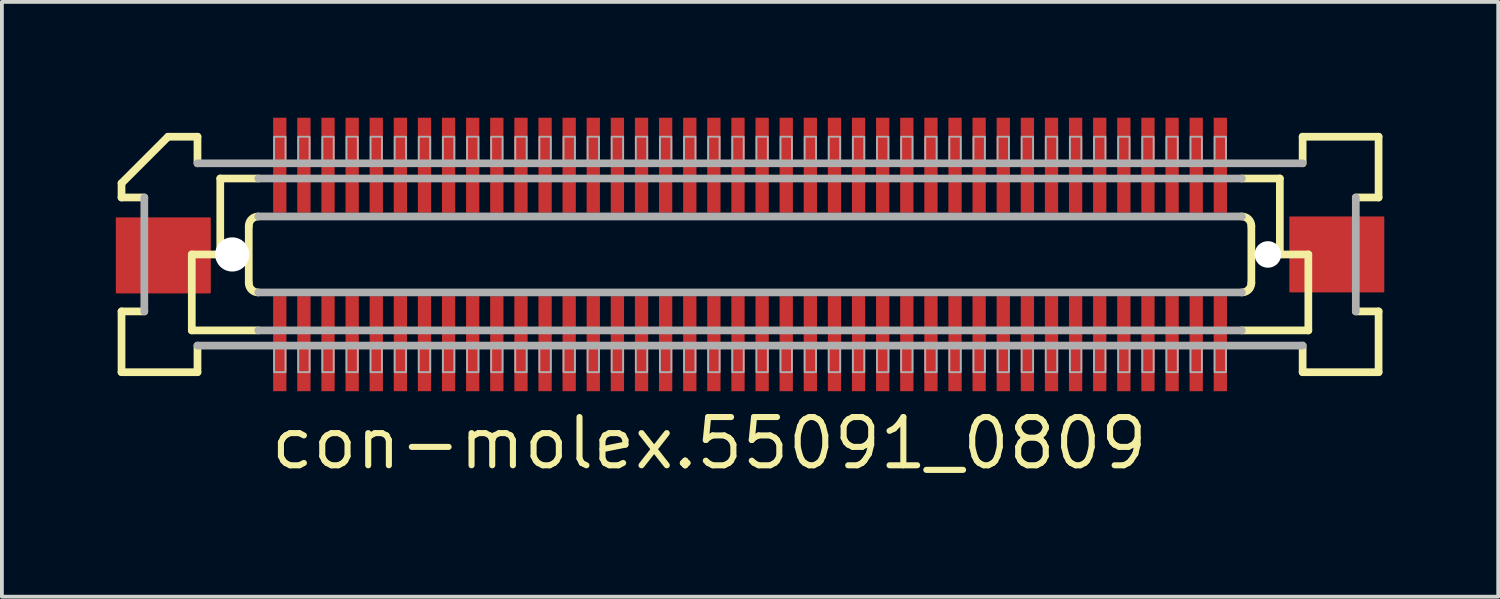
<source format=kicad_pcb>
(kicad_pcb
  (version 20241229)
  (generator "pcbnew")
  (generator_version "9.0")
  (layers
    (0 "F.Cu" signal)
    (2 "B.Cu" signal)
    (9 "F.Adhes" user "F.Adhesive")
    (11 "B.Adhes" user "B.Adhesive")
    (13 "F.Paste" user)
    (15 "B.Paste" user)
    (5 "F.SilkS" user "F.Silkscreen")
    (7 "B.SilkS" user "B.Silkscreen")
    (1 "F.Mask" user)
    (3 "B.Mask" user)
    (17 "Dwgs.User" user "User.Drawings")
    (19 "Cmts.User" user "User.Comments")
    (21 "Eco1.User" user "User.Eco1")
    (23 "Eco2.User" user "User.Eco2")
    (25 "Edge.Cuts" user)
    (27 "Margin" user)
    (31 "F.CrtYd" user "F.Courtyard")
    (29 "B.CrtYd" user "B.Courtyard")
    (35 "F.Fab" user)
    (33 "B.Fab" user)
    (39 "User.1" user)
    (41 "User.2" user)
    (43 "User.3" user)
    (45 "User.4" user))
  (footprint "con-molex.55091_0809"
    (layer "F.Cu")
    (at 16.7 3.65)
    (property "Reference" "con-molex.55091_0809" (at -12.7 5.715 0) (layer "F.SilkS") (effects (font (size 1.27 1.27) (thickness 0.16)) (justify left bottom)))
    (attr smd)
    (fp_rect (start -12.582 -1.075) (end -12.182 -3.625) (stroke (width 0.05) (type default)) (fill yes) (layer "F.Mask"))
    (fp_rect (start -12.582 3.625) (end -12.182 1.075) (stroke (width 0.05) (type default)) (fill yes) (layer "F.Mask"))
    (fp_rect (start -11.947 -1.075) (end -11.547 -3.625) (stroke (width 0.05) (type default)) (fill yes) (layer "F.Mask"))
    (fp_rect (start -11.947 3.625) (end -11.547 1.075) (stroke (width 0.05) (type default)) (fill yes) (layer "F.Mask"))
    (fp_rect (start -11.312 -1.075) (end -10.912 -3.625) (stroke (width 0.05) (type default)) (fill yes) (layer "F.Mask"))
    (fp_rect (start -11.312 3.625) (end -10.912 1.075) (stroke (width 0.05) (type default)) (fill yes) (layer "F.Mask"))
    (fp_rect (start -10.678 -1.075) (end -10.277 -3.625) (stroke (width 0.05) (type default)) (fill yes) (layer "F.Mask"))
    (fp_rect (start -10.678 3.625) (end -10.277 1.075) (stroke (width 0.05) (type default)) (fill yes) (layer "F.Mask"))
    (fp_rect (start -10.043 -1.075) (end -9.643 -3.625) (stroke (width 0.05) (type default)) (fill yes) (layer "F.Mask"))
    (fp_rect (start -10.043 3.625) (end -9.643 1.075) (stroke (width 0.05) (type default)) (fill yes) (layer "F.Mask"))
    (fp_rect (start -9.408 -1.075) (end -9.008 -3.625) (stroke (width 0.05) (type default)) (fill yes) (layer "F.Mask"))
    (fp_rect (start -9.408 3.625) (end -9.008 1.075) (stroke (width 0.05) (type default)) (fill yes) (layer "F.Mask"))
    (fp_rect (start -8.773 -1.075) (end -8.373 -3.625) (stroke (width 0.05) (type default)) (fill yes) (layer "F.Mask"))
    (fp_rect (start -8.773 3.625) (end -8.373 1.075) (stroke (width 0.05) (type default)) (fill yes) (layer "F.Mask"))
    (fp_rect (start -8.137 -1.075) (end -7.737 -3.625) (stroke (width 0.05) (type default)) (fill yes) (layer "F.Mask"))
    (fp_rect (start -8.137 3.625) (end -7.737 1.075) (stroke (width 0.05) (type default)) (fill yes) (layer "F.Mask"))
    (fp_rect (start -7.503 -1.075) (end -7.103 -3.625) (stroke (width 0.05) (type default)) (fill yes) (layer "F.Mask"))
    (fp_rect (start -7.503 3.625) (end -7.103 1.075) (stroke (width 0.05) (type default)) (fill yes) (layer "F.Mask"))
    (fp_rect (start -6.867 -1.075) (end -6.468 -3.625) (stroke (width 0.05) (type default)) (fill yes) (layer "F.Mask"))
    (fp_rect (start -6.867 3.625) (end -6.468 1.075) (stroke (width 0.05) (type default)) (fill yes) (layer "F.Mask"))
    (fp_rect (start -6.232 -1.075) (end -5.832 -3.625) (stroke (width 0.05) (type default)) (fill yes) (layer "F.Mask"))
    (fp_rect (start -6.232 3.625) (end -5.832 1.075) (stroke (width 0.05) (type default)) (fill yes) (layer "F.Mask"))
    (fp_rect (start -5.598 -1.075) (end -5.197 -3.625) (stroke (width 0.05) (type default)) (fill yes) (layer "F.Mask"))
    (fp_rect (start -5.598 3.625) (end -5.197 1.075) (stroke (width 0.05) (type default)) (fill yes) (layer "F.Mask"))
    (fp_rect (start -4.963 -1.075) (end -4.562 -3.625) (stroke (width 0.05) (type default)) (fill yes) (layer "F.Mask"))
    (fp_rect (start -4.963 3.625) (end -4.562 1.075) (stroke (width 0.05) (type default)) (fill yes) (layer "F.Mask"))
    (fp_rect (start -4.327 -1.075) (end -3.928 -3.625) (stroke (width 0.05) (type default)) (fill yes) (layer "F.Mask"))
    (fp_rect (start -4.327 3.625) (end -3.928 1.075) (stroke (width 0.05) (type default)) (fill yes) (layer "F.Mask"))
    (fp_rect (start -3.692 -1.075) (end -3.292 -3.625) (stroke (width 0.05) (type default)) (fill yes) (layer "F.Mask"))
    (fp_rect (start -3.692 3.625) (end -3.292 1.075) (stroke (width 0.05) (type default)) (fill yes) (layer "F.Mask"))
    (fp_rect (start -3.058 -1.075) (end -2.658 -3.625) (stroke (width 0.05) (type default)) (fill yes) (layer "F.Mask"))
    (fp_rect (start -3.058 3.625) (end -2.658 1.075) (stroke (width 0.05) (type default)) (fill yes) (layer "F.Mask"))
    (fp_rect (start -2.422 -1.075) (end -2.022 -3.625) (stroke (width 0.05) (type default)) (fill yes) (layer "F.Mask"))
    (fp_rect (start -2.422 3.625) (end -2.022 1.075) (stroke (width 0.05) (type default)) (fill yes) (layer "F.Mask"))
    (fp_rect (start -1.788 -1.075) (end -1.387 -3.625) (stroke (width 0.05) (type default)) (fill yes) (layer "F.Mask"))
    (fp_rect (start -1.788 3.625) (end -1.387 1.075) (stroke (width 0.05) (type default)) (fill yes) (layer "F.Mask"))
    (fp_rect (start -1.153 -1.075) (end -0.752 -3.625) (stroke (width 0.05) (type default)) (fill yes) (layer "F.Mask"))
    (fp_rect (start -1.153 3.625) (end -0.752 1.075) (stroke (width 0.05) (type default)) (fill yes) (layer "F.Mask"))
    (fp_rect (start -0.517 -1.075) (end -0.117 -3.625) (stroke (width 0.05) (type default)) (fill yes) (layer "F.Mask"))
    (fp_rect (start -0.517 3.625) (end -0.117 1.075) (stroke (width 0.05) (type default)) (fill yes) (layer "F.Mask"))
    (fp_rect (start 0.117 -1.075) (end 0.517 -3.625) (stroke (width 0.05) (type default)) (fill yes) (layer "F.Mask"))
    (fp_rect (start 0.117 3.625) (end 0.517 1.075) (stroke (width 0.05) (type default)) (fill yes) (layer "F.Mask"))
    (fp_rect (start 0.752 -1.075) (end 1.153 -3.625) (stroke (width 0.05) (type default)) (fill yes) (layer "F.Mask"))
    (fp_rect (start 0.752 3.625) (end 1.153 1.075) (stroke (width 0.05) (type default)) (fill yes) (layer "F.Mask"))
    (fp_rect (start 1.387 -1.075) (end 1.788 -3.625) (stroke (width 0.05) (type default)) (fill yes) (layer "F.Mask"))
    (fp_rect (start 1.387 3.625) (end 1.788 1.075) (stroke (width 0.05) (type default)) (fill yes) (layer "F.Mask"))
    (fp_rect (start 2.022 -1.075) (end 2.422 -3.625) (stroke (width 0.05) (type default)) (fill yes) (layer "F.Mask"))
    (fp_rect (start 2.022 3.625) (end 2.422 1.075) (stroke (width 0.05) (type default)) (fill yes) (layer "F.Mask"))
    (fp_rect (start 2.658 -1.075) (end 3.058 -3.625) (stroke (width 0.05) (type default)) (fill yes) (layer "F.Mask"))
    (fp_rect (start 2.658 3.625) (end 3.058 1.075) (stroke (width 0.05) (type default)) (fill yes) (layer "F.Mask"))
    (fp_rect (start 3.292 -1.075) (end 3.692 -3.625) (stroke (width 0.05) (type default)) (fill yes) (layer "F.Mask"))
    (fp_rect (start 3.292 3.625) (end 3.692 1.075) (stroke (width 0.05) (type default)) (fill yes) (layer "F.Mask"))
    (fp_rect (start 3.928 -1.075) (end 4.327 -3.625) (stroke (width 0.05) (type default)) (fill yes) (layer "F.Mask"))
    (fp_rect (start 3.928 3.625) (end 4.327 1.075) (stroke (width 0.05) (type default)) (fill yes) (layer "F.Mask"))
    (fp_rect (start 4.562 -1.075) (end 4.963 -3.625) (stroke (width 0.05) (type default)) (fill yes) (layer "F.Mask"))
    (fp_rect (start 4.562 3.625) (end 4.963 1.075) (stroke (width 0.05) (type default)) (fill yes) (layer "F.Mask"))
    (fp_rect (start 5.197 -1.075) (end 5.598 -3.625) (stroke (width 0.05) (type default)) (fill yes) (layer "F.Mask"))
    (fp_rect (start 5.197 3.625) (end 5.598 1.075) (stroke (width 0.05) (type default)) (fill yes) (layer "F.Mask"))
    (fp_rect (start 5.832 -1.075) (end 6.232 -3.625) (stroke (width 0.05) (type default)) (fill yes) (layer "F.Mask"))
    (fp_rect (start 5.832 3.625) (end 6.232 1.075) (stroke (width 0.05) (type default)) (fill yes) (layer "F.Mask"))
    (fp_rect (start 6.468 -1.075) (end 6.867 -3.625) (stroke (width 0.05) (type default)) (fill yes) (layer "F.Mask"))
    (fp_rect (start 6.468 3.625) (end 6.867 1.075) (stroke (width 0.05) (type default)) (fill yes) (layer "F.Mask"))
    (fp_rect (start 7.103 -1.075) (end 7.503 -3.625) (stroke (width 0.05) (type default)) (fill yes) (layer "F.Mask"))
    (fp_rect (start 7.103 3.625) (end 7.503 1.075) (stroke (width 0.05) (type default)) (fill yes) (layer "F.Mask"))
    (fp_rect (start 7.737 -1.075) (end 8.137 -3.625) (stroke (width 0.05) (type default)) (fill yes) (layer "F.Mask"))
    (fp_rect (start 7.737 3.625) (end 8.137 1.075) (stroke (width 0.05) (type default)) (fill yes) (layer "F.Mask"))
    (fp_rect (start 8.373 -1.075) (end 8.773 -3.625) (stroke (width 0.05) (type default)) (fill yes) (layer "F.Mask"))
    (fp_rect (start 8.373 3.625) (end 8.773 1.075) (stroke (width 0.05) (type default)) (fill yes) (layer "F.Mask"))
    (fp_rect (start 9.008 -1.075) (end 9.408 -3.625) (stroke (width 0.05) (type default)) (fill yes) (layer "F.Mask"))
    (fp_rect (start 9.008 3.625) (end 9.408 1.075) (stroke (width 0.05) (type default)) (fill yes) (layer "F.Mask"))
    (fp_rect (start 9.643 -1.075) (end 10.043 -3.625) (stroke (width 0.05) (type default)) (fill yes) (layer "F.Mask"))
    (fp_rect (start 9.643 3.625) (end 10.043 1.075) (stroke (width 0.05) (type default)) (fill yes) (layer "F.Mask"))
    (fp_rect (start 10.277 -1.075) (end 10.678 -3.625) (stroke (width 0.05) (type default)) (fill yes) (layer "F.Mask"))
    (fp_rect (start 10.277 3.625) (end 10.678 1.075) (stroke (width 0.05) (type default)) (fill yes) (layer "F.Mask"))
    (fp_rect (start 10.912 -1.075) (end 11.312 -3.625) (stroke (width 0.05) (type default)) (fill yes) (layer "F.Mask"))
    (fp_rect (start 10.912 3.625) (end 11.312 1.075) (stroke (width 0.05) (type default)) (fill yes) (layer "F.Mask"))
    (fp_rect (start 11.547 -1.075) (end 11.947 -3.625) (stroke (width 0.05) (type default)) (fill yes) (layer "F.Mask"))
    (fp_rect (start 11.547 3.625) (end 11.947 1.075) (stroke (width 0.05) (type default)) (fill yes) (layer "F.Mask"))
    (fp_rect (start 12.182 -1.075) (end 12.582 -3.625) (stroke (width 0.05) (type default)) (fill yes) (layer "F.Mask"))
    (fp_rect (start 12.182 3.625) (end 12.582 1.075) (stroke (width 0.05) (type default)) (fill yes) (layer "F.Mask"))
    (fp_line (start -16.55 -1.5) (end -16.55 -1.875) (stroke (width 0.203) (type default)) (layer "F.SilkS"))
    (fp_line (start -16.55 1.5) (end -15.95 1.5) (stroke (width 0.203) (type default)) (layer "F.SilkS"))
    (fp_line (start -16.55 3.1) (end -16.55 1.5) (stroke (width 0.203) (type default)) (layer "F.SilkS"))
    (fp_line (start -15.95 -1.5) (end -16.55 -1.5) (stroke (width 0.203) (type default)) (layer "F.SilkS"))
    (fp_line (start -15.325 -3.1) (end -16.55 -1.875) (stroke (width 0.203) (type default)) (layer "F.SilkS"))
    (fp_line (start -15.325 -3.1) (end -14.55 -3.1) (stroke (width 0.203) (type default)) (layer "F.SilkS"))
    (fp_line (start -14.7 0) (end -14.7 2) (stroke (width 0.203) (type default)) (layer "F.SilkS"))
    (fp_line (start -14.7 2) (end -12.95 2) (stroke (width 0.203) (type default)) (layer "F.SilkS"))
    (fp_line (start -14.55 -3.1) (end -14.55 -2.4) (stroke (width 0.203) (type default)) (layer "F.SilkS"))
    (fp_line (start -14.55 2.4) (end -14.55 3.1) (stroke (width 0.203) (type default)) (layer "F.SilkS"))
    (fp_line (start -14.55 3.1) (end -16.55 3.1) (stroke (width 0.203) (type default)) (layer "F.SilkS"))
    (fp_line (start -13.95 -2) (end -13.95 0) (stroke (width 0.203) (type default)) (layer "F.SilkS"))
    (fp_line (start -13.95 0) (end -14.7 0) (stroke (width 0.203) (type default)) (layer "F.SilkS"))
    (fp_line (start -13.2 0.75) (end -13.2 -0.75) (stroke (width 0.203) (type default)) (layer "F.SilkS"))
    (fp_line (start -12.95 -2) (end -13.95 -2) (stroke (width 0.203) (type default)) (layer "F.SilkS"))
    (fp_line (start 12.95 2) (end 14.7 2) (stroke (width 0.203) (type default)) (layer "F.SilkS"))
    (fp_line (start 13.2 -0.75) (end 13.2 0.75) (stroke (width 0.203) (type default)) (layer "F.SilkS"))
    (fp_line (start 13.95 -2) (end 12.95 -2) (stroke (width 0.203) (type default)) (layer "F.SilkS"))
    (fp_line (start 13.95 -2) (end 13.95 0) (stroke (width 0.203) (type default)) (layer "F.SilkS"))
    (fp_line (start 14.55 -3.1) (end 16.55 -3.1) (stroke (width 0.203) (type default)) (layer "F.SilkS"))
    (fp_line (start 14.55 -2.4) (end 14.55 -3.1) (stroke (width 0.203) (type default)) (layer "F.SilkS"))
    (fp_line (start 14.55 3.1) (end 14.55 2.4) (stroke (width 0.203) (type default)) (layer "F.SilkS"))
    (fp_line (start 14.7 0) (end 13.95 0) (stroke (width 0.203) (type default)) (layer "F.SilkS"))
    (fp_line (start 14.7 0) (end 14.7 2) (stroke (width 0.203) (type default)) (layer "F.SilkS"))
    (fp_line (start 15.95 1.5) (end 16.55 1.5) (stroke (width 0.203) (type default)) (layer "F.SilkS"))
    (fp_line (start 16.55 -3.1) (end 16.55 -1.5) (stroke (width 0.203) (type default)) (layer "F.SilkS"))
    (fp_line (start 16.55 -1.5) (end 15.95 -1.5) (stroke (width 0.203) (type default)) (layer "F.SilkS"))
    (fp_line (start 16.55 1.5) (end 16.55 3.1) (stroke (width 0.203) (type default)) (layer "F.SilkS"))
    (fp_line (start 16.55 3.1) (end 14.55 3.1) (stroke (width 0.203) (type default)) (layer "F.SilkS"))
    (fp_arc (start -13.2 -0.75) (mid -13.126777 -0.926777) (end -12.95 -1) (stroke (width 0.2032) (type default)) (layer "F.SilkS"))
    (fp_arc (start -12.95 1) (mid -13.126777 0.926777) (end -13.2 0.75) (stroke (width 0.2032) (type default)) (layer "F.SilkS"))
    (fp_arc (start 12.95 -1) (mid 13.126777 -0.926777) (end 13.2 -0.75) (stroke (width 0.2032) (type default)) (layer "F.SilkS"))
    (fp_arc (start 13.2 0.75) (mid 13.126777 0.926777) (end 12.95 1) (stroke (width 0.2032) (type default)) (layer "F.SilkS"))
    (fp_line (start -15.95 1.5) (end -15.95 -1.5) (stroke (width 0.203) (type default)) (layer "F.Fab"))
    (fp_line (start -14.55 -2.4) (end 14.55 -2.4) (stroke (width 0.203) (type default)) (layer "F.Fab"))
    (fp_line (start -12.95 -1) (end 12.95 -1) (stroke (width 0.203) (type default)) (layer "F.Fab"))
    (fp_line (start -12.95 2) (end 12.95 2) (stroke (width 0.203) (type default)) (layer "F.Fab"))
    (fp_line (start 12.95 -2) (end -12.95 -2) (stroke (width 0.203) (type default)) (layer "F.Fab"))
    (fp_line (start 12.95 1) (end -12.95 1) (stroke (width 0.203) (type default)) (layer "F.Fab"))
    (fp_line (start 14.55 2.4) (end -14.55 2.4) (stroke (width 0.203) (type default)) (layer "F.Fab"))
    (fp_line (start 15.95 -1.5) (end 15.95 1.5) (stroke (width 0.203) (type default)) (layer "F.Fab"))
    (fp_rect (start -12.533 -2.375) (end -12.232 -3.1) (stroke (width 0.05) (type default)) (fill no) (layer "F.Fab"))
    (fp_rect (start -12.533 3.1) (end -12.232 2.375) (stroke (width 0.05) (type default)) (fill no) (layer "F.Fab"))
    (fp_rect (start -11.898 -2.375) (end -11.598 -3.1) (stroke (width 0.05) (type default)) (fill no) (layer "F.Fab"))
    (fp_rect (start -11.898 3.1) (end -11.598 2.375) (stroke (width 0.05) (type default)) (fill no) (layer "F.Fab"))
    (fp_rect (start -11.262 -2.375) (end -10.963 -3.1) (stroke (width 0.05) (type default)) (fill no) (layer "F.Fab"))
    (fp_rect (start -11.262 3.1) (end -10.963 2.375) (stroke (width 0.05) (type default)) (fill no) (layer "F.Fab"))
    (fp_rect (start -10.627 -2.375) (end -10.328 -3.1) (stroke (width 0.05) (type default)) (fill no) (layer "F.Fab"))
    (fp_rect (start -10.627 3.1) (end -10.328 2.375) (stroke (width 0.05) (type default)) (fill no) (layer "F.Fab"))
    (fp_rect (start -9.992 -2.375) (end -9.693 -3.1) (stroke (width 0.05) (type default)) (fill no) (layer "F.Fab"))
    (fp_rect (start -9.992 3.1) (end -9.693 2.375) (stroke (width 0.05) (type default)) (fill no) (layer "F.Fab"))
    (fp_rect (start -9.357 -2.375) (end -9.057 -3.1) (stroke (width 0.05) (type default)) (fill no) (layer "F.Fab"))
    (fp_rect (start -9.357 3.1) (end -9.057 2.375) (stroke (width 0.05) (type default)) (fill no) (layer "F.Fab"))
    (fp_rect (start -8.723 -2.375) (end -8.422 -3.1) (stroke (width 0.05) (type default)) (fill no) (layer "F.Fab"))
    (fp_rect (start -8.723 3.1) (end -8.422 2.375) (stroke (width 0.05) (type default)) (fill no) (layer "F.Fab"))
    (fp_rect (start -8.088 -2.375) (end -7.787 -3.1) (stroke (width 0.05) (type default)) (fill no) (layer "F.Fab"))
    (fp_rect (start -8.088 3.1) (end -7.787 2.375) (stroke (width 0.05) (type default)) (fill no) (layer "F.Fab"))
    (fp_rect (start -7.452 -2.375) (end -7.152 -3.1) (stroke (width 0.05) (type default)) (fill no) (layer "F.Fab"))
    (fp_rect (start -7.452 3.1) (end -7.152 2.375) (stroke (width 0.05) (type default)) (fill no) (layer "F.Fab"))
    (fp_rect (start -6.817 -2.375) (end -6.518 -3.1) (stroke (width 0.05) (type default)) (fill no) (layer "F.Fab"))
    (fp_rect (start -6.817 3.1) (end -6.518 2.375) (stroke (width 0.05) (type default)) (fill no) (layer "F.Fab"))
    (fp_rect (start -6.183 -2.375) (end -5.883 -3.1) (stroke (width 0.05) (type default)) (fill no) (layer "F.Fab"))
    (fp_rect (start -6.183 3.1) (end -5.883 2.375) (stroke (width 0.05) (type default)) (fill no) (layer "F.Fab"))
    (fp_rect (start -5.548 -2.375) (end -5.247 -3.1) (stroke (width 0.05) (type default)) (fill no) (layer "F.Fab"))
    (fp_rect (start -5.548 3.1) (end -5.247 2.375) (stroke (width 0.05) (type default)) (fill no) (layer "F.Fab"))
    (fp_rect (start -4.912 -2.375) (end -4.612 -3.1) (stroke (width 0.05) (type default)) (fill no) (layer "F.Fab"))
    (fp_rect (start -4.912 3.1) (end -4.612 2.375) (stroke (width 0.05) (type default)) (fill no) (layer "F.Fab"))
    (fp_rect (start -4.277 -2.375) (end -3.978 -3.1) (stroke (width 0.05) (type default)) (fill no) (layer "F.Fab"))
    (fp_rect (start -4.277 3.1) (end -3.978 2.375) (stroke (width 0.05) (type default)) (fill no) (layer "F.Fab"))
    (fp_rect (start -3.643 -2.375) (end -3.342 -3.1) (stroke (width 0.05) (type default)) (fill no) (layer "F.Fab"))
    (fp_rect (start -3.643 3.1) (end -3.342 2.375) (stroke (width 0.05) (type default)) (fill no) (layer "F.Fab"))
    (fp_rect (start -3.007 -2.375) (end -2.708 -3.1) (stroke (width 0.05) (type default)) (fill no) (layer "F.Fab"))
    (fp_rect (start -3.007 3.1) (end -2.708 2.375) (stroke (width 0.05) (type default)) (fill no) (layer "F.Fab"))
    (fp_rect (start -2.373 -2.375) (end -2.072 -3.1) (stroke (width 0.05) (type default)) (fill no) (layer "F.Fab"))
    (fp_rect (start -2.373 3.1) (end -2.072 2.375) (stroke (width 0.05) (type default)) (fill no) (layer "F.Fab"))
    (fp_rect (start -1.738 -2.375) (end -1.438 -3.1) (stroke (width 0.05) (type default)) (fill no) (layer "F.Fab"))
    (fp_rect (start -1.738 3.1) (end -1.438 2.375) (stroke (width 0.05) (type default)) (fill no) (layer "F.Fab"))
    (fp_rect (start -1.103 -2.375) (end -0.802 -3.1) (stroke (width 0.05) (type default)) (fill no) (layer "F.Fab"))
    (fp_rect (start -1.103 3.1) (end -0.802 2.375) (stroke (width 0.05) (type default)) (fill no) (layer "F.Fab"))
    (fp_rect (start -0.468 -2.375) (end -0.168 -3.1) (stroke (width 0.05) (type default)) (fill no) (layer "F.Fab"))
    (fp_rect (start -0.468 3.1) (end -0.168 2.375) (stroke (width 0.05) (type default)) (fill no) (layer "F.Fab"))
    (fp_rect (start 0.168 -2.375) (end 0.468 -3.1) (stroke (width 0.05) (type default)) (fill no) (layer "F.Fab"))
    (fp_rect (start 0.168 3.1) (end 0.468 2.375) (stroke (width 0.05) (type default)) (fill no) (layer "F.Fab"))
    (fp_rect (start 0.802 -2.375) (end 1.103 -3.1) (stroke (width 0.05) (type default)) (fill no) (layer "F.Fab"))
    (fp_rect (start 0.802 3.1) (end 1.103 2.375) (stroke (width 0.05) (type default)) (fill no) (layer "F.Fab"))
    (fp_rect (start 1.438 -2.375) (end 1.738 -3.1) (stroke (width 0.05) (type default)) (fill no) (layer "F.Fab"))
    (fp_rect (start 1.438 3.1) (end 1.738 2.375) (stroke (width 0.05) (type default)) (fill no) (layer "F.Fab"))
    (fp_rect (start 2.072 -2.375) (end 2.373 -3.1) (stroke (width 0.05) (type default)) (fill no) (layer "F.Fab"))
    (fp_rect (start 2.072 3.1) (end 2.373 2.375) (stroke (width 0.05) (type default)) (fill no) (layer "F.Fab"))
    (fp_rect (start 2.708 -2.375) (end 3.007 -3.1) (stroke (width 0.05) (type default)) (fill no) (layer "F.Fab"))
    (fp_rect (start 2.708 3.1) (end 3.007 2.375) (stroke (width 0.05) (type default)) (fill no) (layer "F.Fab"))
    (fp_rect (start 3.342 -2.375) (end 3.643 -3.1) (stroke (width 0.05) (type default)) (fill no) (layer "F.Fab"))
    (fp_rect (start 3.342 3.1) (end 3.643 2.375) (stroke (width 0.05) (type default)) (fill no) (layer "F.Fab"))
    (fp_rect (start 3.978 -2.375) (end 4.277 -3.1) (stroke (width 0.05) (type default)) (fill no) (layer "F.Fab"))
    (fp_rect (start 3.978 3.1) (end 4.277 2.375) (stroke (width 0.05) (type default)) (fill no) (layer "F.Fab"))
    (fp_rect (start 4.612 -2.375) (end 4.912 -3.1) (stroke (width 0.05) (type default)) (fill no) (layer "F.Fab"))
    (fp_rect (start 4.612 3.1) (end 4.912 2.375) (stroke (width 0.05) (type default)) (fill no) (layer "F.Fab"))
    (fp_rect (start 5.247 -2.375) (end 5.548 -3.1) (stroke (width 0.05) (type default)) (fill no) (layer "F.Fab"))
    (fp_rect (start 5.247 3.1) (end 5.548 2.375) (stroke (width 0.05) (type default)) (fill no) (layer "F.Fab"))
    (fp_rect (start 5.883 -2.375) (end 6.183 -3.1) (stroke (width 0.05) (type default)) (fill no) (layer "F.Fab"))
    (fp_rect (start 5.883 3.1) (end 6.183 2.375) (stroke (width 0.05) (type default)) (fill no) (layer "F.Fab"))
    (fp_rect (start 6.518 -2.375) (end 6.817 -3.1) (stroke (width 0.05) (type default)) (fill no) (layer "F.Fab"))
    (fp_rect (start 6.518 3.1) (end 6.817 2.375) (stroke (width 0.05) (type default)) (fill no) (layer "F.Fab"))
    (fp_rect (start 7.152 -2.375) (end 7.452 -3.1) (stroke (width 0.05) (type default)) (fill no) (layer "F.Fab"))
    (fp_rect (start 7.152 3.1) (end 7.452 2.375) (stroke (width 0.05) (type default)) (fill no) (layer "F.Fab"))
    (fp_rect (start 7.787 -2.375) (end 8.088 -3.1) (stroke (width 0.05) (type default)) (fill no) (layer "F.Fab"))
    (fp_rect (start 7.787 3.1) (end 8.088 2.375) (stroke (width 0.05) (type default)) (fill no) (layer "F.Fab"))
    (fp_rect (start 8.422 -2.375) (end 8.723 -3.1) (stroke (width 0.05) (type default)) (fill no) (layer "F.Fab"))
    (fp_rect (start 8.422 3.1) (end 8.723 2.375) (stroke (width 0.05) (type default)) (fill no) (layer "F.Fab"))
    (fp_rect (start 9.057 -2.375) (end 9.357 -3.1) (stroke (width 0.05) (type default)) (fill no) (layer "F.Fab"))
    (fp_rect (start 9.057 3.1) (end 9.357 2.375) (stroke (width 0.05) (type default)) (fill no) (layer "F.Fab"))
    (fp_rect (start 9.693 -2.375) (end 9.992 -3.1) (stroke (width 0.05) (type default)) (fill no) (layer "F.Fab"))
    (fp_rect (start 9.693 3.1) (end 9.992 2.375) (stroke (width 0.05) (type default)) (fill no) (layer "F.Fab"))
    (fp_rect (start 10.328 -2.375) (end 10.627 -3.1) (stroke (width 0.05) (type default)) (fill no) (layer "F.Fab"))
    (fp_rect (start 10.328 3.1) (end 10.627 2.375) (stroke (width 0.05) (type default)) (fill no) (layer "F.Fab"))
    (fp_rect (start 10.963 -2.375) (end 11.262 -3.1) (stroke (width 0.05) (type default)) (fill no) (layer "F.Fab"))
    (fp_rect (start 10.963 3.1) (end 11.262 2.375) (stroke (width 0.05) (type default)) (fill no) (layer "F.Fab"))
    (fp_rect (start 11.598 -2.375) (end 11.898 -3.1) (stroke (width 0.05) (type default)) (fill no) (layer "F.Fab"))
    (fp_rect (start 11.598 3.1) (end 11.898 2.375) (stroke (width 0.05) (type default)) (fill no) (layer "F.Fab"))
    (fp_rect (start 12.232 -2.375) (end 12.533 -3.1) (stroke (width 0.05) (type default)) (fill no) (layer "F.Fab"))
    (fp_rect (start 12.232 3.1) (end 12.533 2.375) (stroke (width 0.05) (type default)) (fill no) (layer "F.Fab"))
    (pad "" np_thru_hole circle (at -13.635 0) (size 0.9 0.9) (drill 0.9) (layers "*.Cu" "*.Mask"))
    (pad "" np_thru_hole circle (at 13.635 0) (size 0.7 0.7) (drill 0.7) (layers "*.Cu" "*.Mask"))
    (pad "1" smd roundrect (at -12.383 -2.35) (size 0.35 2.5) (layers "F.Cu" "F.Mask" "F.Paste") (roundrect_rratio 0.01))
    (pad "2" smd roundrect (at -12.383 2.35 180) (size 0.35 2.5) (layers "F.Cu" "F.Mask" "F.Paste") (roundrect_rratio 0.01))
    (pad "3" smd roundrect (at -11.748 -2.35) (size 0.35 2.5) (layers "F.Cu" "F.Mask" "F.Paste") (roundrect_rratio 0.01))
    (pad "4" smd roundrect (at -11.748 2.35 180) (size 0.35 2.5) (layers "F.Cu" "F.Mask" "F.Paste") (roundrect_rratio 0.01))
    (pad "5" smd roundrect (at -11.113 -2.35) (size 0.35 2.5) (layers "F.Cu" "F.Mask" "F.Paste") (roundrect_rratio 0.01))
    (pad "6" smd roundrect (at -11.113 2.35 180) (size 0.35 2.5) (layers "F.Cu" "F.Mask" "F.Paste") (roundrect_rratio 0.01))
    (pad "7" smd roundrect (at -10.477 -2.35) (size 0.35 2.5) (layers "F.Cu" "F.Mask" "F.Paste") (roundrect_rratio 0.01))
    (pad "8" smd roundrect (at -10.477 2.35 180) (size 0.35 2.5) (layers "F.Cu" "F.Mask" "F.Paste") (roundrect_rratio 0.01))
    (pad "9" smd roundrect (at -9.842 -2.35) (size 0.35 2.5) (layers "F.Cu" "F.Mask" "F.Paste") (roundrect_rratio 0.01))
    (pad "10" smd roundrect (at -9.842 2.35 180) (size 0.35 2.5) (layers "F.Cu" "F.Mask" "F.Paste") (roundrect_rratio 0.01))
    (pad "11" smd roundrect (at -9.207 -2.35) (size 0.35 2.5) (layers "F.Cu" "F.Mask" "F.Paste") (roundrect_rratio 0.01))
    (pad "12" smd roundrect (at -9.207 2.35 180) (size 0.35 2.5) (layers "F.Cu" "F.Mask" "F.Paste") (roundrect_rratio 0.01))
    (pad "13" smd roundrect (at -8.572 -2.35) (size 0.35 2.5) (layers "F.Cu" "F.Mask" "F.Paste") (roundrect_rratio 0.01))
    (pad "14" smd roundrect (at -8.572 2.35 180) (size 0.35 2.5) (layers "F.Cu" "F.Mask" "F.Paste") (roundrect_rratio 0.01))
    (pad "15" smd roundrect (at -7.938 -2.35) (size 0.35 2.5) (layers "F.Cu" "F.Mask" "F.Paste") (roundrect_rratio 0.01))
    (pad "16" smd roundrect (at -7.938 2.35 180) (size 0.35 2.5) (layers "F.Cu" "F.Mask" "F.Paste") (roundrect_rratio 0.01))
    (pad "17" smd roundrect (at -7.303 -2.35) (size 0.35 2.5) (layers "F.Cu" "F.Mask" "F.Paste") (roundrect_rratio 0.01))
    (pad "18" smd roundrect (at -7.303 2.35 180) (size 0.35 2.5) (layers "F.Cu" "F.Mask" "F.Paste") (roundrect_rratio 0.01))
    (pad "19" smd roundrect (at -6.668 -2.35) (size 0.35 2.5) (layers "F.Cu" "F.Mask" "F.Paste") (roundrect_rratio 0.01))
    (pad "20" smd roundrect (at -6.668 2.35 180) (size 0.35 2.5) (layers "F.Cu" "F.Mask" "F.Paste") (roundrect_rratio 0.01))
    (pad "21" smd roundrect (at -6.032 -2.35) (size 0.35 2.5) (layers "F.Cu" "F.Mask" "F.Paste") (roundrect_rratio 0.01))
    (pad "22" smd roundrect (at -6.032 2.35 180) (size 0.35 2.5) (layers "F.Cu" "F.Mask" "F.Paste") (roundrect_rratio 0.01))
    (pad "23" smd roundrect (at -5.397 -2.35) (size 0.35 2.5) (layers "F.Cu" "F.Mask" "F.Paste") (roundrect_rratio 0.01))
    (pad "24" smd roundrect (at -5.397 2.35 180) (size 0.35 2.5) (layers "F.Cu" "F.Mask" "F.Paste") (roundrect_rratio 0.01))
    (pad "25" smd roundrect (at -4.763 -2.35) (size 0.35 2.5) (layers "F.Cu" "F.Mask" "F.Paste") (roundrect_rratio 0.01))
    (pad "26" smd roundrect (at -4.763 2.35 180) (size 0.35 2.5) (layers "F.Cu" "F.Mask" "F.Paste") (roundrect_rratio 0.01))
    (pad "27" smd roundrect (at -4.128 -2.35) (size 0.35 2.5) (layers "F.Cu" "F.Mask" "F.Paste") (roundrect_rratio 0.01))
    (pad "28" smd roundrect (at -4.128 2.35 180) (size 0.35 2.5) (layers "F.Cu" "F.Mask" "F.Paste") (roundrect_rratio 0.01))
    (pad "29" smd roundrect (at -3.493 -2.35) (size 0.35 2.5) (layers "F.Cu" "F.Mask" "F.Paste") (roundrect_rratio 0.01))
    (pad "30" smd roundrect (at -3.493 2.35 180) (size 0.35 2.5) (layers "F.Cu" "F.Mask" "F.Paste") (roundrect_rratio 0.01))
    (pad "31" smd roundrect (at -2.857 -2.35) (size 0.35 2.5) (layers "F.Cu" "F.Mask" "F.Paste") (roundrect_rratio 0.01))
    (pad "32" smd roundrect (at -2.857 2.35 180) (size 0.35 2.5) (layers "F.Cu" "F.Mask" "F.Paste") (roundrect_rratio 0.01))
    (pad "33" smd roundrect (at -2.223 -2.35) (size 0.35 2.5) (layers "F.Cu" "F.Mask" "F.Paste") (roundrect_rratio 0.01))
    (pad "34" smd roundrect (at -2.223 2.35 180) (size 0.35 2.5) (layers "F.Cu" "F.Mask" "F.Paste") (roundrect_rratio 0.01))
    (pad "35" smd roundrect (at -1.587 -2.35) (size 0.35 2.5) (layers "F.Cu" "F.Mask" "F.Paste") (roundrect_rratio 0.01))
    (pad "36" smd roundrect (at -1.587 2.35 180) (size 0.35 2.5) (layers "F.Cu" "F.Mask" "F.Paste") (roundrect_rratio 0.01))
    (pad "37" smd roundrect (at -0.953 -2.35) (size 0.35 2.5) (layers "F.Cu" "F.Mask" "F.Paste") (roundrect_rratio 0.01))
    (pad "38" smd roundrect (at -0.953 2.35 180) (size 0.35 2.5) (layers "F.Cu" "F.Mask" "F.Paste") (roundrect_rratio 0.01))
    (pad "39" smd roundrect (at -0.318 -2.35) (size 0.35 2.5) (layers "F.Cu" "F.Mask" "F.Paste") (roundrect_rratio 0.01))
    (pad "40" smd roundrect (at -0.318 2.35 180) (size 0.35 2.5) (layers "F.Cu" "F.Mask" "F.Paste") (roundrect_rratio 0.01))
    (pad "41" smd roundrect (at 0.318 -2.35) (size 0.35 2.5) (layers "F.Cu" "F.Mask" "F.Paste") (roundrect_rratio 0.01))
    (pad "42" smd roundrect (at 0.318 2.35 180) (size 0.35 2.5) (layers "F.Cu" "F.Mask" "F.Paste") (roundrect_rratio 0.01))
    (pad "43" smd roundrect (at 0.953 -2.35) (size 0.35 2.5) (layers "F.Cu" "F.Mask" "F.Paste") (roundrect_rratio 0.01))
    (pad "44" smd roundrect (at 0.953 2.35 180) (size 0.35 2.5) (layers "F.Cu" "F.Mask" "F.Paste") (roundrect_rratio 0.01))
    (pad "45" smd roundrect (at 1.587 -2.35) (size 0.35 2.5) (layers "F.Cu" "F.Mask" "F.Paste") (roundrect_rratio 0.01))
    (pad "46" smd roundrect (at 1.587 2.35 180) (size 0.35 2.5) (layers "F.Cu" "F.Mask" "F.Paste") (roundrect_rratio 0.01))
    (pad "47" smd roundrect (at 2.223 -2.35) (size 0.35 2.5) (layers "F.Cu" "F.Mask" "F.Paste") (roundrect_rratio 0.01))
    (pad "48" smd roundrect (at 2.223 2.35 180) (size 0.35 2.5) (layers "F.Cu" "F.Mask" "F.Paste") (roundrect_rratio 0.01))
    (pad "49" smd roundrect (at 2.857 -2.35) (size 0.35 2.5) (layers "F.Cu" "F.Mask" "F.Paste") (roundrect_rratio 0.01))
    (pad "50" smd roundrect (at 2.857 2.35 180) (size 0.35 2.5) (layers "F.Cu" "F.Mask" "F.Paste") (roundrect_rratio 0.01))
    (pad "51" smd roundrect (at 3.493 -2.35) (size 0.35 2.5) (layers "F.Cu" "F.Mask" "F.Paste") (roundrect_rratio 0.01))
    (pad "52" smd roundrect (at 3.493 2.35 180) (size 0.35 2.5) (layers "F.Cu" "F.Mask" "F.Paste") (roundrect_rratio 0.01))
    (pad "53" smd roundrect (at 4.128 -2.35) (size 0.35 2.5) (layers "F.Cu" "F.Mask" "F.Paste") (roundrect_rratio 0.01))
    (pad "54" smd roundrect (at 4.128 2.35 180) (size 0.35 2.5) (layers "F.Cu" "F.Mask" "F.Paste") (roundrect_rratio 0.01))
    (pad "55" smd roundrect (at 4.763 -2.35) (size 0.35 2.5) (layers "F.Cu" "F.Mask" "F.Paste") (roundrect_rratio 0.01))
    (pad "56" smd roundrect (at 4.763 2.35 180) (size 0.35 2.5) (layers "F.Cu" "F.Mask" "F.Paste") (roundrect_rratio 0.01))
    (pad "57" smd roundrect (at 5.397 -2.35) (size 0.35 2.5) (layers "F.Cu" "F.Mask" "F.Paste") (roundrect_rratio 0.01))
    (pad "58" smd roundrect (at 5.397 2.35 180) (size 0.35 2.5) (layers "F.Cu" "F.Mask" "F.Paste") (roundrect_rratio 0.01))
    (pad "59" smd roundrect (at 6.032 -2.35) (size 0.35 2.5) (layers "F.Cu" "F.Mask" "F.Paste") (roundrect_rratio 0.01))
    (pad "60" smd roundrect (at 6.032 2.35 180) (size 0.35 2.5) (layers "F.Cu" "F.Mask" "F.Paste") (roundrect_rratio 0.01))
    (pad "61" smd roundrect (at 6.668 -2.35) (size 0.35 2.5) (layers "F.Cu" "F.Mask" "F.Paste") (roundrect_rratio 0.01))
    (pad "62" smd roundrect (at 6.668 2.35 180) (size 0.35 2.5) (layers "F.Cu" "F.Mask" "F.Paste") (roundrect_rratio 0.01))
    (pad "63" smd roundrect (at 7.303 -2.35) (size 0.35 2.5) (layers "F.Cu" "F.Mask" "F.Paste") (roundrect_rratio 0.01))
    (pad "64" smd roundrect (at 7.303 2.35 180) (size 0.35 2.5) (layers "F.Cu" "F.Mask" "F.Paste") (roundrect_rratio 0.01))
    (pad "65" smd roundrect (at 7.938 -2.35) (size 0.35 2.5) (layers "F.Cu" "F.Mask" "F.Paste") (roundrect_rratio 0.01))
    (pad "66" smd roundrect (at 7.938 2.35 180) (size 0.35 2.5) (layers "F.Cu" "F.Mask" "F.Paste") (roundrect_rratio 0.01))
    (pad "67" smd roundrect (at 8.572 -2.35) (size 0.35 2.5) (layers "F.Cu" "F.Mask" "F.Paste") (roundrect_rratio 0.01))
    (pad "68" smd roundrect (at 8.572 2.35 180) (size 0.35 2.5) (layers "F.Cu" "F.Mask" "F.Paste") (roundrect_rratio 0.01))
    (pad "69" smd roundrect (at 9.207 -2.35) (size 0.35 2.5) (layers "F.Cu" "F.Mask" "F.Paste") (roundrect_rratio 0.01))
    (pad "70" smd roundrect (at 9.207 2.35 180) (size 0.35 2.5) (layers "F.Cu" "F.Mask" "F.Paste") (roundrect_rratio 0.01))
    (pad "71" smd roundrect (at 9.842 -2.35) (size 0.35 2.5) (layers "F.Cu" "F.Mask" "F.Paste") (roundrect_rratio 0.01))
    (pad "72" smd roundrect (at 9.842 2.35 180) (size 0.35 2.5) (layers "F.Cu" "F.Mask" "F.Paste") (roundrect_rratio 0.01))
    (pad "73" smd roundrect (at 10.477 -2.35) (size 0.35 2.5) (layers "F.Cu" "F.Mask" "F.Paste") (roundrect_rratio 0.01))
    (pad "74" smd roundrect (at 10.477 2.35 180) (size 0.35 2.5) (layers "F.Cu" "F.Mask" "F.Paste") (roundrect_rratio 0.01))
    (pad "75" smd roundrect (at 11.113 -2.35) (size 0.35 2.5) (layers "F.Cu" "F.Mask" "F.Paste") (roundrect_rratio 0.01))
    (pad "76" smd roundrect (at 11.113 2.35 180) (size 0.35 2.5) (layers "F.Cu" "F.Mask" "F.Paste") (roundrect_rratio 0.01))
    (pad "77" smd roundrect (at 11.748 -2.35) (size 0.35 2.5) (layers "F.Cu" "F.Mask" "F.Paste") (roundrect_rratio 0.01))
    (pad "78" smd roundrect (at 11.748 2.35 180) (size 0.35 2.5) (layers "F.Cu" "F.Mask" "F.Paste") (roundrect_rratio 0.01))
    (pad "79" smd roundrect (at 12.383 -2.35) (size 0.35 2.5) (layers "F.Cu" "F.Mask" "F.Paste") (roundrect_rratio 0.01))
    (pad "80" smd roundrect (at 12.383 2.35 180) (size 0.35 2.5) (layers "F.Cu" "F.Mask" "F.Paste") (roundrect_rratio 0.01))
    (pad "M1" smd roundrect (at -15.45 0.025) (size 2.5 2) (layers "F.Cu" "F.Mask" "F.Paste") (roundrect_rratio 0.01))
    (pad "M2" smd roundrect (at 15.45 0 180) (size 2.5 2) (layers "F.Cu" "F.Mask" "F.Paste") (roundrect_rratio 0.01)))
  (gr_rect
    (start -3 -3)
    (end 36.4 12.662)
    (stroke (width 0.1) (type default))
    (fill no)
    (layer "Edge.Cuts")))
</source>
